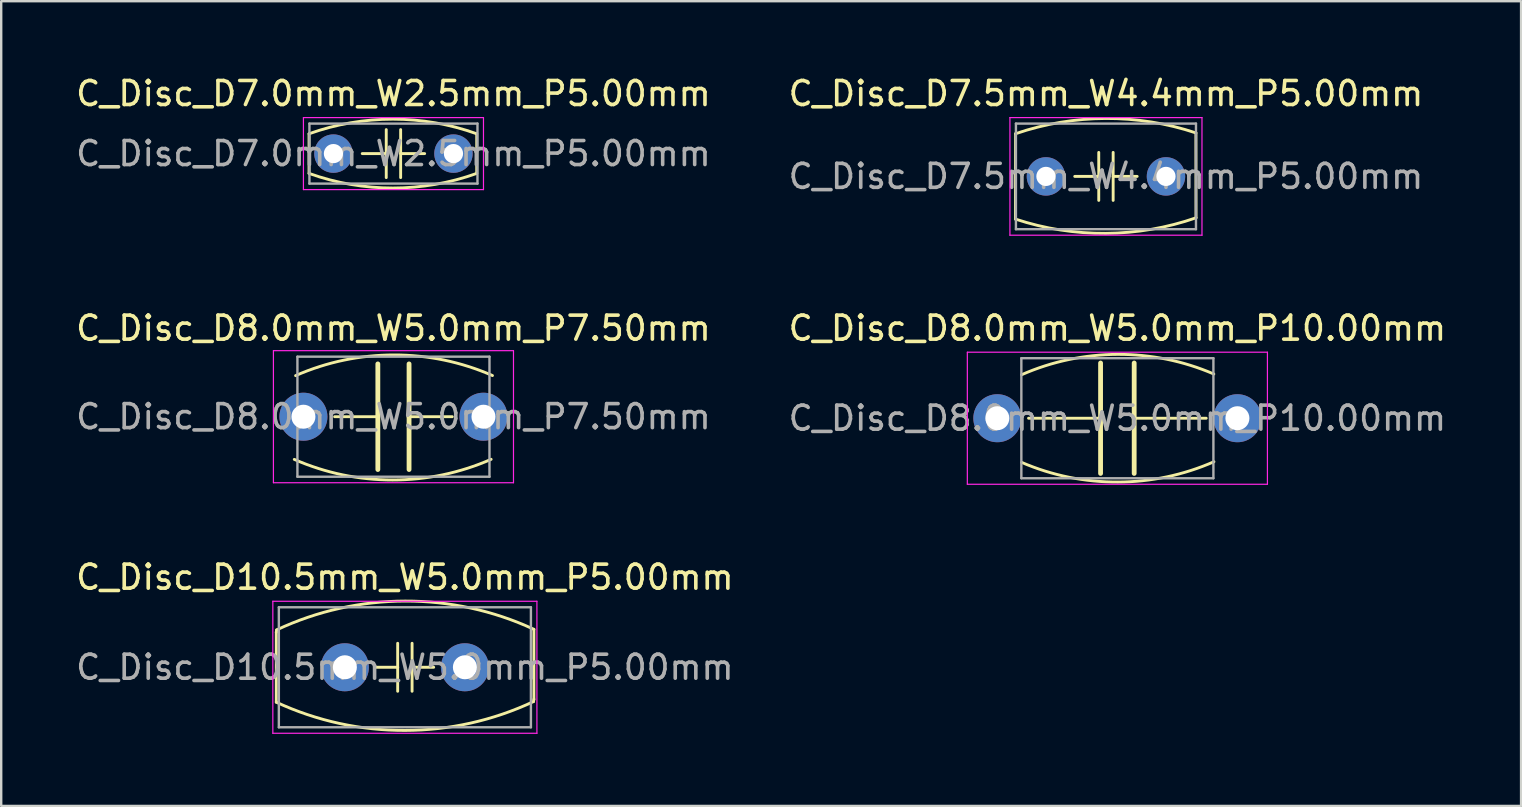
<source format=kicad_pcb>
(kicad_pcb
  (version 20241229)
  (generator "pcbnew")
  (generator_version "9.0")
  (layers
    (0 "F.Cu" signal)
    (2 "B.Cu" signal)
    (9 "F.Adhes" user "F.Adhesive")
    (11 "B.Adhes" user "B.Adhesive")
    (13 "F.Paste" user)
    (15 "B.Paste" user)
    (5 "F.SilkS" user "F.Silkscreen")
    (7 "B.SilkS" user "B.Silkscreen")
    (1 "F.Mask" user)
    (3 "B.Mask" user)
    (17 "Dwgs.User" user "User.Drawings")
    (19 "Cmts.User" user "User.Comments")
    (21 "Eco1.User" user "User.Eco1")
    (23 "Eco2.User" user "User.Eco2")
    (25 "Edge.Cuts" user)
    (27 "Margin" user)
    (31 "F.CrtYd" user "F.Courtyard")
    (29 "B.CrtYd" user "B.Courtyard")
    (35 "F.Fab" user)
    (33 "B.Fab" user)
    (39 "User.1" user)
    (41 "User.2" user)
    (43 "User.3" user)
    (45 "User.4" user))
  (footprint "C_Disc_D8.0mm_W5.0mm_P7.50mm"
    (layer "F.Cu")
    (at 9.589 14.308)
    (property "Reference" "C_Disc_D8.0mm_W5.0mm_P7.50mm" (at 3.75 -3.687 0) (layer "F.SilkS") (effects (font (size 1 1) (thickness 0.15))))
    (fp_line (start 1.3 0) (end 3.1 0) (stroke (width 0.12) (type solid)) (layer "F.SilkS"))
    (fp_line (start 3.1 0) (end 3.1 -2.2) (stroke (width 0.2) (type solid)) (layer "F.SilkS"))
    (fp_line (start 3.1 0) (end 3.1 2.2) (stroke (width 0.2) (type solid)) (layer "F.SilkS"))
    (fp_line (start 4.4 0) (end 4.4 -2.2) (stroke (width 0.2) (type solid)) (layer "F.SilkS"))
    (fp_line (start 4.4 0) (end 4.4 2.2) (stroke (width 0.2) (type solid)) (layer "F.SilkS"))
    (fp_line (start 4.4 0) (end 6.2 0) (stroke (width 0.12) (type solid)) (layer "F.SilkS"))
    (fp_arc (start -0.325738 -1.711198) (mid 3.773785 -2.57289) (end 7.874 -1.7145) (stroke (width 0.12) (type solid)) (layer "F.SilkS"))
    (fp_arc (start 7.818738 1.774698) (mid 3.719215 2.63639) (end -0.381 1.778) (stroke (width 0.12) (type solid)) (layer "F.SilkS"))
    (fp_line (start -1.25 -2.75) (end -1.25 2.75) (stroke (width 0.05) (type solid)) (layer "F.CrtYd"))
    (fp_line (start -1.25 2.75) (end 8.75 2.75) (stroke (width 0.05) (type solid)) (layer "F.CrtYd"))
    (fp_line (start 8.75 -2.75) (end -1.25 -2.75) (stroke (width 0.05) (type solid)) (layer "F.CrtYd"))
    (fp_line (start 8.75 2.75) (end 8.75 -2.75) (stroke (width 0.05) (type solid)) (layer "F.CrtYd"))
    (fp_line (start -0.25 -2.5) (end -0.25 2.5) (stroke (width 0.1) (type solid)) (layer "F.Fab"))
    (fp_line (start -0.25 2.5) (end 7.75 2.5) (stroke (width 0.1) (type solid)) (layer "F.Fab"))
    (fp_line (start 7.75 -2.5) (end -0.25 -2.5) (stroke (width 0.1) (type solid)) (layer "F.Fab"))
    (fp_line (start 7.75 2.5) (end 7.75 -2.5) (stroke (width 0.1) (type solid)) (layer "F.Fab"))
    (fp_text user "${REFERENCE}" (at 3.75 0 0) (layer "F.Fab") (effects (font (size 1 1) (thickness 0.15))))
    (pad "1" thru_hole circle (at 0 0) (size 2 2) (drill 1) (layers "*.Cu" "*.Mask"))
    (pad "2" thru_hole circle (at 7.5 0) (size 2 2) (drill 1) (layers "*.Cu" "*.Mask")))
  (footprint "C_Disc_D8.0mm_W5.0mm_P10.00mm"
    (layer "F.Cu")
    (at 38.494 14.371)
    (property "Reference" "C_Disc_D8.0mm_W5.0mm_P10.00mm" (at 5 -3.75 0) (layer "F.SilkS") (effects (font (size 1 1) (thickness 0.15))))
    (fp_line (start 1.3 0) (end 4.3 0) (stroke (width 0.12) (type solid)) (layer "F.SilkS"))
    (fp_line (start 4.3 0) (end 4.3 -2.3) (stroke (width 0.2) (type solid)) (layer "F.SilkS"))
    (fp_line (start 4.3 0) (end 4.3 2.3) (stroke (width 0.2) (type solid)) (layer "F.SilkS"))
    (fp_line (start 5.7 0) (end 5.7 -2.3) (stroke (width 0.2) (type solid)) (layer "F.SilkS"))
    (fp_line (start 5.7 0) (end 5.7 2.3) (stroke (width 0.2) (type solid)) (layer "F.SilkS"))
    (fp_line (start 5.7 0) (end 8.7 0) (stroke (width 0.12) (type solid)) (layer "F.SilkS"))
    (fp_arc (start 1.011473 -1.81222) (mid 5.01119 -2.659733) (end 9.017 -1.8415) (stroke (width 0.12) (type solid)) (layer "F.SilkS"))
    (fp_arc (start 9.021527 1.81222) (mid 5.02181 2.659733) (end 1.016 1.8415) (stroke (width 0.12) (type solid)) (layer "F.SilkS"))
    (fp_line (start -1.25 -2.75) (end -1.25 2.75) (stroke (width 0.05) (type solid)) (layer "F.CrtYd"))
    (fp_line (start -1.25 2.75) (end 11.25 2.75) (stroke (width 0.05) (type solid)) (layer "F.CrtYd"))
    (fp_line (start 11.25 -2.75) (end -1.25 -2.75) (stroke (width 0.05) (type solid)) (layer "F.CrtYd"))
    (fp_line (start 11.25 2.75) (end 11.25 -2.75) (stroke (width 0.05) (type solid)) (layer "F.CrtYd"))
    (fp_line (start 1 -2.5) (end 1 2.5) (stroke (width 0.1) (type solid)) (layer "F.Fab"))
    (fp_line (start 1 2.5) (end 9 2.5) (stroke (width 0.1) (type solid)) (layer "F.Fab"))
    (fp_line (start 9 -2.5) (end 1 -2.5) (stroke (width 0.1) (type solid)) (layer "F.Fab"))
    (fp_line (start 9 2.5) (end 9 -2.5) (stroke (width 0.1) (type solid)) (layer "F.Fab"))
    (fp_text user "${REFERENCE}" (at 5 0 0) (layer "F.Fab") (effects (font (size 1 1) (thickness 0.15))))
    (pad "1" thru_hole circle (at 0 0) (size 2 2) (drill 1) (layers "*.Cu" "*.Mask"))
    (pad "2" thru_hole circle (at 10 0) (size 2 2) (drill 1) (layers "*.Cu" "*.Mask")))
  (footprint "C_Disc_D10.5mm_W5.0mm_P5.00mm"
    (layer "F.Cu")
    (at 11.315 24.745)
    (property "Reference" "C_Disc_D10.5mm_W5.0mm_P5.00mm" (at 2.5 -3.75 0) (layer "F.SilkS") (effects (font (size 1 1) (thickness 0.15))))
    (fp_line (start -2.857 -1.46) (end -2.843 -1.556) (stroke (width 0.12) (type solid)) (layer "F.SilkS"))
    (fp_line (start -2.857 1.454) (end -2.857 -1.46) (stroke (width 0.12) (type solid)) (layer "F.SilkS"))
    (fp_line (start 1.3 0) (end 2.2 0) (stroke (width 0.12) (type solid)) (layer "F.SilkS"))
    (fp_line (start 2.2 0) (end 2.2 -1) (stroke (width 0.12) (type solid)) (layer "F.SilkS"))
    (fp_line (start 2.2 0) (end 2.2 1) (stroke (width 0.12) (type solid)) (layer "F.SilkS"))
    (fp_line (start 2.8 -1) (end 2.8 1) (stroke (width 0.12) (type solid)) (layer "F.SilkS"))
    (fp_line (start 2.8 0) (end 3.7 0) (stroke (width 0.12) (type solid)) (layer "F.SilkS"))
    (fp_line (start 7.874 -1.581) (end 7.874 1.333) (stroke (width 0.12) (type solid)) (layer "F.SilkS"))
    (fp_line (start 7.874 1.333) (end 7.859 1.429) (stroke (width 0.12) (type solid)) (layer "F.SilkS"))
    (fp_arc (start -2.842795 -1.556187) (mid 2.512796 -2.757728) (end 7.874 -1.581487) (stroke (width 0.12) (type solid)) (layer "F.SilkS"))
    (fp_arc (start 7.859295 1.429187) (mid 2.503704 2.630728) (end -2.8575 1.454487) (stroke (width 0.12) (type solid)) (layer "F.SilkS"))
    (fp_line (start -3 -2.75) (end -3 2.75) (stroke (width 0.05) (type solid)) (layer "F.CrtYd"))
    (fp_line (start -3 2.75) (end 8 2.75) (stroke (width 0.05) (type solid)) (layer "F.CrtYd"))
    (fp_line (start 8 -2.75) (end -3 -2.75) (stroke (width 0.05) (type solid)) (layer "F.CrtYd"))
    (fp_line (start 8 2.75) (end 8 -2.75) (stroke (width 0.05) (type solid)) (layer "F.CrtYd"))
    (fp_line (start -2.75 -2.5) (end -2.75 2.5) (stroke (width 0.1) (type solid)) (layer "F.Fab"))
    (fp_line (start -2.75 2.5) (end 7.75 2.5) (stroke (width 0.1) (type solid)) (layer "F.Fab"))
    (fp_line (start 7.75 -2.5) (end -2.75 -2.5) (stroke (width 0.1) (type solid)) (layer "F.Fab"))
    (fp_line (start 7.75 2.5) (end 7.75 -2.5) (stroke (width 0.1) (type solid)) (layer "F.Fab"))
    (fp_text user "${REFERENCE}" (at 2.5 0 0) (layer "F.Fab") (effects (font (size 1 1) (thickness 0.15))))
    (pad "1" thru_hole circle (at 0 0) (size 2 2) (drill 1) (layers "*.Cu" "*.Mask"))
    (pad "2" thru_hole circle (at 5 0) (size 2 2) (drill 1) (layers "*.Cu" "*.Mask")))
  (footprint "C_Disc_D7.5mm_W4.4mm_P5.00mm"
    (layer "F.Cu")
    (at 40.518 4.298)
    (property "Reference" "C_Disc_D7.5mm_W4.4mm_P5.00mm" (at 2.5 -3.45 0) (layer "F.SilkS") (effects (font (size 1 1) (thickness 0.15))))
    (fp_line (start -1.27 1.778) (end -1.265 -1.778) (stroke (width 0.12) (type solid)) (layer "F.SilkS"))
    (fp_line (start 1.2 0) (end 2.2 0) (stroke (width 0.12) (type solid)) (layer "F.SilkS"))
    (fp_line (start 2.2 0) (end 2.2 -1) (stroke (width 0.12) (type solid)) (layer "F.SilkS"))
    (fp_line (start 2.2 0) (end 2.2 1) (stroke (width 0.12) (type solid)) (layer "F.SilkS"))
    (fp_line (start 2.8 -1) (end 2.8 1) (stroke (width 0.12) (type solid)) (layer "F.SilkS"))
    (fp_line (start 2.8 0) (end 3.8 0) (stroke (width 0.12) (type solid)) (layer "F.SilkS"))
    (fp_line (start 6.252 1.725) (end 6.248 -1.811) (stroke (width 0.12) (type solid)) (layer "F.SilkS"))
    (fp_arc (start -1.265365 -1.778) (mid 2.488814 -2.413161) (end 6.2484 -1.81083) (stroke (width 0.12) (type solid)) (layer "F.SilkS"))
    (fp_arc (start 6.252064 1.725054) (mid 2.4954 2.372137) (end -1.27 1.778) (stroke (width 0.12) (type solid)) (layer "F.SilkS"))
    (fp_line (start -1.5 -2.45) (end -1.5 2.45) (stroke (width 0.05) (type solid)) (layer "F.CrtYd"))
    (fp_line (start -1.5 2.45) (end 6.5 2.45) (stroke (width 0.05) (type solid)) (layer "F.CrtYd"))
    (fp_line (start 6.5 -2.45) (end -1.5 -2.45) (stroke (width 0.05) (type solid)) (layer "F.CrtYd"))
    (fp_line (start 6.5 2.45) (end 6.5 -2.45) (stroke (width 0.05) (type solid)) (layer "F.CrtYd"))
    (fp_line (start -1.25 -2.2) (end -1.25 2.2) (stroke (width 0.1) (type solid)) (layer "F.Fab"))
    (fp_line (start -1.25 2.2) (end 6.25 2.2) (stroke (width 0.1) (type solid)) (layer "F.Fab"))
    (fp_line (start 6.25 -2.2) (end -1.25 -2.2) (stroke (width 0.1) (type solid)) (layer "F.Fab"))
    (fp_line (start 6.25 2.2) (end 6.25 -2.2) (stroke (width 0.1) (type solid)) (layer "F.Fab"))
    (fp_text user "${REFERENCE}" (at 2.5 0 0) (layer "F.Fab") (effects (font (size 1 1) (thickness 0.15))))
    (pad "1" thru_hole circle (at 0 0) (size 1.6 1.6) (drill 0.8) (layers "*.Cu" "*.Mask"))
    (pad "2" thru_hole circle (at 5 0) (size 1.6 1.6) (drill 0.8) (layers "*.Cu" "*.Mask")))
  (footprint "C_Disc_D7.0mm_W2.5mm_P5.00mm"
    (layer "F.Cu")
    (at 10.839 3.348)
    (property "Reference" "C_Disc_D7.0mm_W2.5mm_P5.00mm" (at 2.5 -2.5 0) (layer "F.SilkS") (effects (font (size 1 1) (thickness 0.15))))
    (fp_line (start -1.016 0.826) (end -1.016 -0.826) (stroke (width 0.12) (type solid)) (layer "F.SilkS"))
    (fp_line (start 1.2 0) (end 2.2 0) (stroke (width 0.12) (type solid)) (layer "F.SilkS"))
    (fp_line (start 2.2 0) (end 2.2 -1) (stroke (width 0.12) (type solid)) (layer "F.SilkS"))
    (fp_line (start 2.2 0) (end 2.2 1) (stroke (width 0.12) (type solid)) (layer "F.SilkS"))
    (fp_line (start 2.8 -1) (end 2.8 1) (stroke (width 0.12) (type solid)) (layer "F.SilkS"))
    (fp_line (start 2.8 0) (end 3.8 0) (stroke (width 0.12) (type solid)) (layer "F.SilkS"))
    (fp_line (start 5.969 -0.826) (end 5.969 0.826) (stroke (width 0.12) (type solid)) (layer "F.SilkS"))
    (fp_arc (start -1.016 -0.8255) (mid 2.4765 -1.434171) (end 5.969 -0.8255) (stroke (width 0.12) (type solid)) (layer "F.SilkS"))
    (fp_arc (start 5.969 0.8255) (mid 2.4765 1.434171) (end -1.016 0.8255) (stroke (width 0.12) (type solid)) (layer "F.SilkS"))
    (fp_line (start -1.25 -1.5) (end -1.25 1.5) (stroke (width 0.05) (type solid)) (layer "F.CrtYd"))
    (fp_line (start -1.25 1.5) (end 6.25 1.5) (stroke (width 0.05) (type solid)) (layer "F.CrtYd"))
    (fp_line (start 6.25 -1.5) (end -1.25 -1.5) (stroke (width 0.05) (type solid)) (layer "F.CrtYd"))
    (fp_line (start 6.25 1.5) (end 6.25 -1.5) (stroke (width 0.05) (type solid)) (layer "F.CrtYd"))
    (fp_line (start -1 -1.25) (end -1 1.25) (stroke (width 0.1) (type solid)) (layer "F.Fab"))
    (fp_line (start -1 1.25) (end 6 1.25) (stroke (width 0.1) (type solid)) (layer "F.Fab"))
    (fp_line (start 6 -1.25) (end -1 -1.25) (stroke (width 0.1) (type solid)) (layer "F.Fab"))
    (fp_line (start 6 1.25) (end 6 -1.25) (stroke (width 0.1) (type solid)) (layer "F.Fab"))
    (fp_text user "${REFERENCE}" (at 2.5 0 0) (layer "F.Fab") (effects (font (size 1 1) (thickness 0.15))))
    (pad "1" thru_hole circle (at 0 0) (size 1.6 1.6) (drill 0.8) (layers "*.Cu" "*.Mask"))
    (pad "2" thru_hole circle (at 5 0) (size 1.6 1.6) (drill 0.8) (layers "*.Cu" "*.Mask")))
  (gr_rect
    (start -3 -3)
    (end 60.31 30.52)
    (stroke (width 0.1) (type default))
    (fill no)
    (layer "Edge.Cuts")))
</source>
